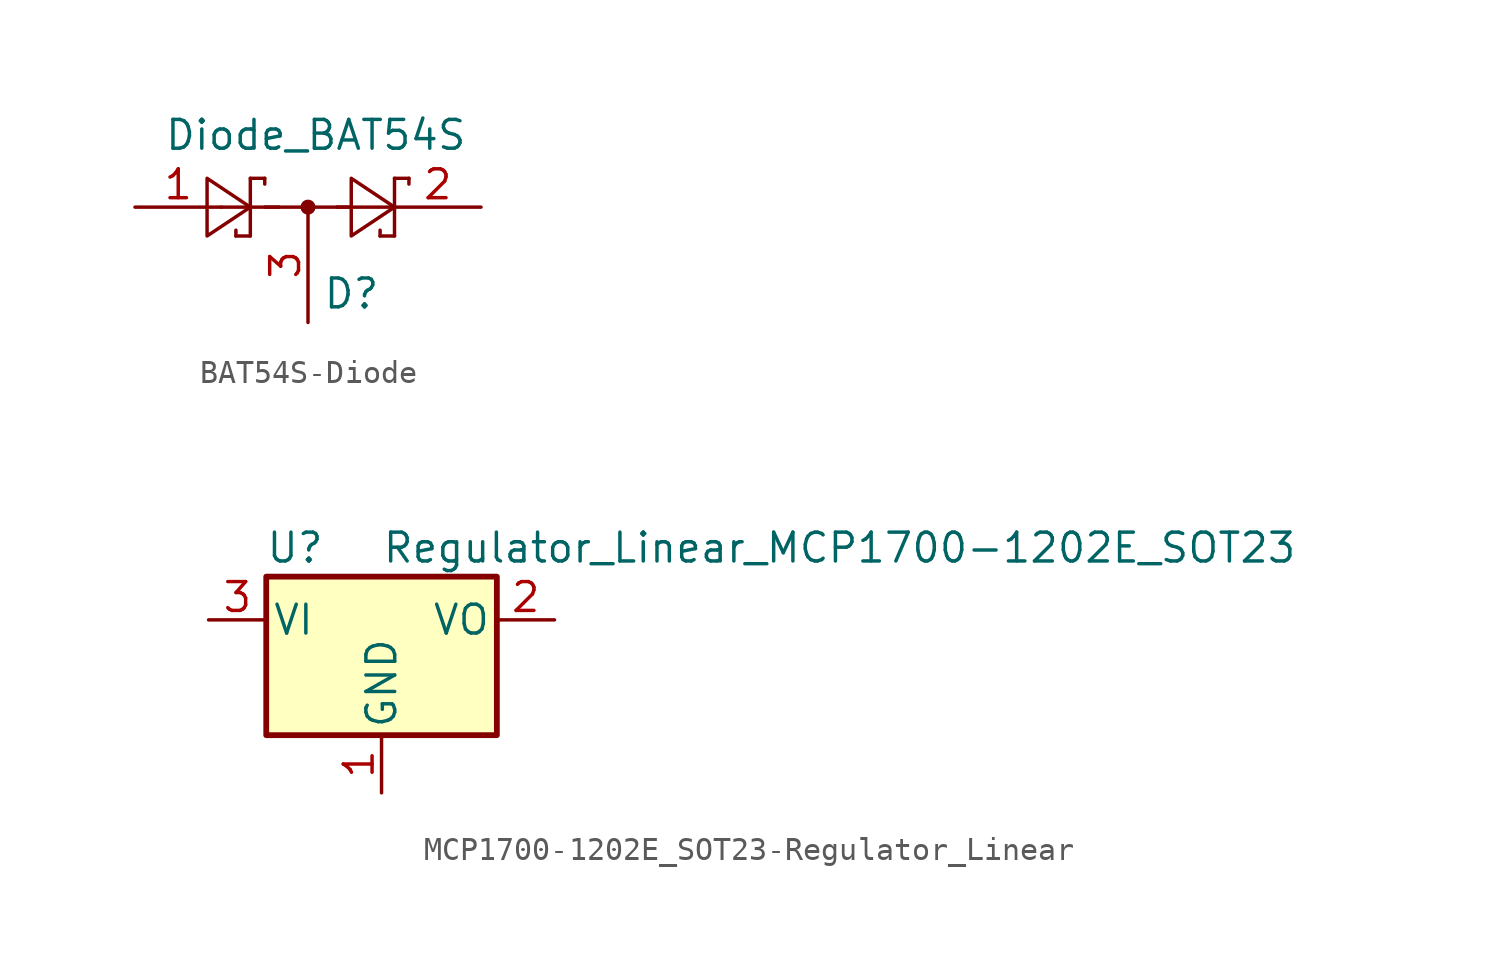
<source format=kicad_sym>
(kicad_symbol_lib
  (version 20241209)
  (generator "kicad_symbol_editor")
  (generator_version "9.0")
  (symbol "BAT54S-Diode"
    (pin_names
      (offset 1.016))
    (property "Reference" "D"
      (at 0.635 -3.81 0)
      (effects (font (size 1.27 1.27)) (justify left)))
    (property "Value" "Diode_BAT54S"
      (at -6.35 3.175 0)
      (effects (font (size 1.27 1.27)) (justify left)))
    (symbol "BAT54S-Diode_0_1"
      (polyline (pts (xy -4.445 1.27) (xy -4.445 -1.27) (xy -2.54 0) (xy -4.445 1.27)) (stroke (width 0) (type solid)) (fill (type none)))
      (polyline (pts (xy -3.81 0) (xy -1.27 0)) (stroke (width 0) (type solid)) (fill (type none)))
      (polyline (pts (xy -3.175 -1.27) (xy -3.175 -1.016)) (stroke (width 0) (type solid)) (fill (type none)))
      (polyline (pts (xy -2.54 1.27) (xy -1.905 1.27)) (stroke (width 0) (type solid)) (fill (type none)))
      (polyline (pts (xy -2.54 -1.27) (xy -3.175 -1.27)) (stroke (width 0) (type solid)) (fill (type none)))
      (polyline (pts (xy -2.54 -1.27) (xy -2.54 1.27)) (stroke (width 0) (type solid)) (fill (type none)))
      (polyline (pts (xy -1.905 1.27) (xy -1.905 1.016)) (stroke (width 0) (type solid)) (fill (type none)))
      (polyline (pts (xy -1.905 0) (xy 1.905 0)) (stroke (width 0) (type solid)) (fill (type none)))
      (circle (center 0 0) (radius 0.254) (stroke (width 0) (type solid)) (fill (type outline)))
      (polyline (pts (xy 1.27 0) (xy 3.81 0)) (stroke (width 0) (type solid)) (fill (type none)))
      (polyline (pts (xy 1.905 1.27) (xy 1.905 -1.27) (xy 3.81 0) (xy 1.905 1.27)) (stroke (width 0) (type solid)) (fill (type none)))
      (polyline (pts (xy 3.175 -1.27) (xy 3.175 -1.016)) (stroke (width 0) (type solid)) (fill (type none)))
      (polyline (pts (xy 3.81 1.27) (xy 4.445 1.27)) (stroke (width 0) (type solid)) (fill (type none)))
      (polyline (pts (xy 3.81 -1.27) (xy 3.175 -1.27)) (stroke (width 0) (type solid)) (fill (type none)))
      (polyline (pts (xy 3.81 -1.27) (xy 3.81 1.27)) (stroke (width 0) (type solid)) (fill (type none)))
      (polyline (pts (xy 4.445 1.27) (xy 4.445 1.016)) (stroke (width 0) (type solid)) (fill (type none))))
    (symbol "BAT54S-Diode_1_1"
      (pin passive line (at -7.62 0 0) (length 3.81) (name "~" (effects (font (size 1.27 1.27)))) (number "1" (effects (font (size 1.27 1.27)))))
      (pin passive line (at 0 -5.08 90) (length 5.08) (name "~" (effects (font (size 1.27 1.27)))) (number "3" (effects (font (size 1.27 1.27)))))
      (pin passive line (at 7.62 0 180) (length 3.81) (name "~" (effects (font (size 1.27 1.27)))) (number "2" (effects (font (size 1.27 1.27)))))))
  (symbol "MCP1700-1202E_SOT23-Regulator_Linear"
    (pin_names
      (offset 0.254))
    (property "Reference" "U"
      (at -3.81 3.175 0)
      (effects (font (size 1.27 1.27))))
    (property "Value" "Regulator_Linear_MCP1700-1202E_SOT23"
      (at 0 3.175 0)
      (effects (font (size 1.27 1.27)) (justify left)))
    (symbol "MCP1700-1202E_SOT23-Regulator_Linear_0_1"
      (rectangle (start -5.08 1.905) (end 5.08 -5.08) (stroke (width 0.254) (type solid)) (fill (type background))))
    (symbol "MCP1700-1202E_SOT23-Regulator_Linear_1_1"
      (pin power_in line (at -7.62 0 0) (length 2.54) (name "VI" (effects (font (size 1.27 1.27)))) (number "3" (effects (font (size 1.27 1.27)))))
      (pin power_in line (at 0 -7.62 90) (length 2.54) (name "GND" (effects (font (size 1.27 1.27)))) (number "1" (effects (font (size 1.27 1.27)))))
      (pin power_out line (at 7.62 0 180) (length 2.54) (name "VO" (effects (font (size 1.27 1.27)))) (number "2" (effects (font (size 1.27 1.27))))))))
</source>
